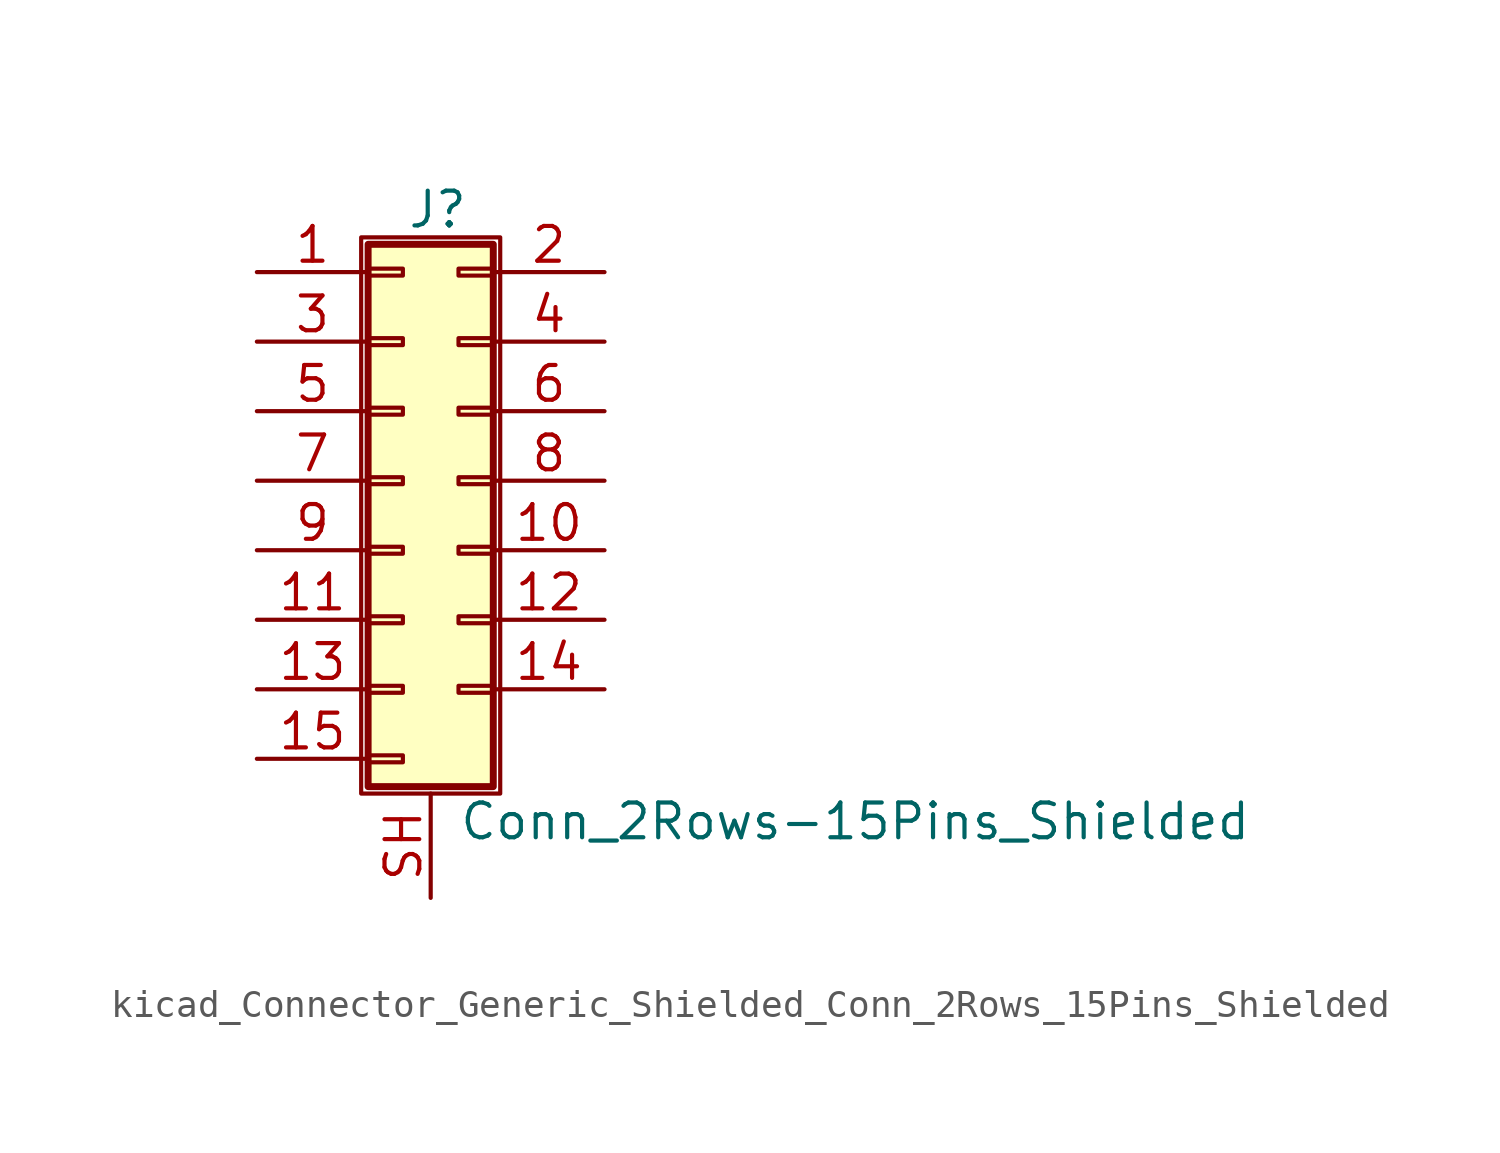
<source format=kicad_sym>
(kicad_symbol_lib
  (version 20220914)
  (generator kicad_symbol_editor)
  (symbol "kicad_Connector_Generic_Shielded_Conn_2Rows_15Pins_Shielded"
    (pin_names
      (offset 1.016) hide)
    (property "Reference" "J"
      (at 1.524 9.906 0)
      (effects (font (size 1.27 1.27))))
    (property "Value" "Conn_2Rows-15Pins_Shielded"
      (at 2.286 -12.446 0)
      (effects (font (size 1.27 1.27)) (justify left)))
    (symbol "kicad_Connector_Generic_Shielded_Conn_2Rows_15Pins_Shielded_1_1"
      (rectangle (start -1.27 8.89) (end 3.81 -11.43) (stroke (width 0.152) (type default)) (fill (type none)))
      (rectangle (start -1.016 -10.033) (end 0.254 -10.287) (stroke (width 0.152) (type default)) (fill (type none)))
      (rectangle (start -1.016 -7.493) (end 0.254 -7.747) (stroke (width 0.152) (type default)) (fill (type none)))
      (rectangle (start -1.016 -4.953) (end 0.254 -5.207) (stroke (width 0.152) (type default)) (fill (type none)))
      (rectangle (start -1.016 -2.413) (end 0.254 -2.667) (stroke (width 0.152) (type default)) (fill (type none)))
      (rectangle (start -1.016 0.127) (end 0.254 -0.127) (stroke (width 0.152) (type default)) (fill (type none)))
      (rectangle (start -1.016 2.667) (end 0.254 2.413) (stroke (width 0.152) (type default)) (fill (type none)))
      (rectangle (start -1.016 5.207) (end 0.254 4.953) (stroke (width 0.152) (type default)) (fill (type none)))
      (rectangle (start -1.016 7.747) (end 0.254 7.493) (stroke (width 0.152) (type default)) (fill (type none)))
      (rectangle (start -1.016 8.636) (end 3.556 -11.176) (stroke (width 0.254) (type default)) (fill (type background)))
      (rectangle (start 3.556 -7.493) (end 2.286 -7.747) (stroke (width 0.152) (type default)) (fill (type none)))
      (rectangle (start 3.556 -4.953) (end 2.286 -5.207) (stroke (width 0.152) (type default)) (fill (type none)))
      (rectangle (start 3.556 -2.413) (end 2.286 -2.667) (stroke (width 0.152) (type default)) (fill (type none)))
      (rectangle (start 3.556 0.127) (end 2.286 -0.127) (stroke (width 0.152) (type default)) (fill (type none)))
      (rectangle (start 3.556 2.667) (end 2.286 2.413) (stroke (width 0.152) (type default)) (fill (type none)))
      (rectangle (start 3.556 5.207) (end 2.286 4.953) (stroke (width 0.152) (type default)) (fill (type none)))
      (rectangle (start 3.556 7.747) (end 2.286 7.493) (stroke (width 0.152) (type default)) (fill (type none)))
      (pin passive line (at -5.08 7.62 0) (length 4.064) (name "Pin_1" (effects (font (size 1.27 1.27)))) (number "1" (effects (font (size 1.27 1.27)))))
      (pin passive line (at 7.62 -2.54 180) (length 4.064) (name "Pin_10" (effects (font (size 1.27 1.27)))) (number "10" (effects (font (size 1.27 1.27)))))
      (pin passive line (at -5.08 -5.08 0) (length 4.064) (name "Pin_11" (effects (font (size 1.27 1.27)))) (number "11" (effects (font (size 1.27 1.27)))))
      (pin passive line (at 7.62 -5.08 180) (length 4.064) (name "Pin_12" (effects (font (size 1.27 1.27)))) (number "12" (effects (font (size 1.27 1.27)))))
      (pin passive line (at -5.08 -7.62 0) (length 4.064) (name "Pin_13" (effects (font (size 1.27 1.27)))) (number "13" (effects (font (size 1.27 1.27)))))
      (pin passive line (at 7.62 -7.62 180) (length 4.064) (name "Pin_14" (effects (font (size 1.27 1.27)))) (number "14" (effects (font (size 1.27 1.27)))))
      (pin passive line (at -5.08 -10.16 0) (length 4.064) (name "Pin_15" (effects (font (size 1.27 1.27)))) (number "15" (effects (font (size 1.27 1.27)))))
      (pin passive line (at 7.62 7.62 180) (length 4.064) (name "Pin_2" (effects (font (size 1.27 1.27)))) (number "2" (effects (font (size 1.27 1.27)))))
      (pin passive line (at -5.08 5.08 0) (length 4.064) (name "Pin_3" (effects (font (size 1.27 1.27)))) (number "3" (effects (font (size 1.27 1.27)))))
      (pin passive line (at 7.62 5.08 180) (length 4.064) (name "Pin_4" (effects (font (size 1.27 1.27)))) (number "4" (effects (font (size 1.27 1.27)))))
      (pin passive line (at -5.08 2.54 0) (length 4.064) (name "Pin_5" (effects (font (size 1.27 1.27)))) (number "5" (effects (font (size 1.27 1.27)))))
      (pin passive line (at 7.62 2.54 180) (length 4.064) (name "Pin_6" (effects (font (size 1.27 1.27)))) (number "6" (effects (font (size 1.27 1.27)))))
      (pin passive line (at -5.08 0 0) (length 4.064) (name "Pin_7" (effects (font (size 1.27 1.27)))) (number "7" (effects (font (size 1.27 1.27)))))
      (pin passive line (at 7.62 0 180) (length 4.064) (name "Pin_8" (effects (font (size 1.27 1.27)))) (number "8" (effects (font (size 1.27 1.27)))))
      (pin passive line (at -5.08 -2.54 0) (length 4.064) (name "Pin_9" (effects (font (size 1.27 1.27)))) (number "9" (effects (font (size 1.27 1.27)))))
      (pin passive line (at 1.27 -15.24 90) (length 3.81) (name "Shield" (effects (font (size 1.27 1.27)))) (number "SH" (effects (font (size 1.27 1.27))))))))
</source>
